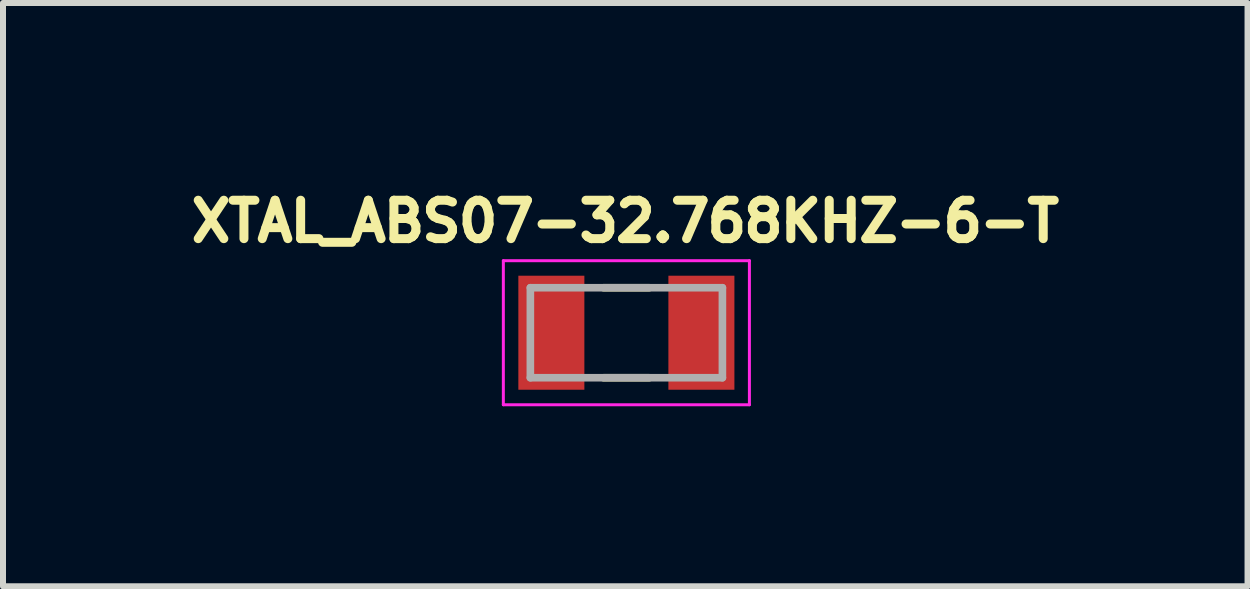
<source format=kicad_pcb>
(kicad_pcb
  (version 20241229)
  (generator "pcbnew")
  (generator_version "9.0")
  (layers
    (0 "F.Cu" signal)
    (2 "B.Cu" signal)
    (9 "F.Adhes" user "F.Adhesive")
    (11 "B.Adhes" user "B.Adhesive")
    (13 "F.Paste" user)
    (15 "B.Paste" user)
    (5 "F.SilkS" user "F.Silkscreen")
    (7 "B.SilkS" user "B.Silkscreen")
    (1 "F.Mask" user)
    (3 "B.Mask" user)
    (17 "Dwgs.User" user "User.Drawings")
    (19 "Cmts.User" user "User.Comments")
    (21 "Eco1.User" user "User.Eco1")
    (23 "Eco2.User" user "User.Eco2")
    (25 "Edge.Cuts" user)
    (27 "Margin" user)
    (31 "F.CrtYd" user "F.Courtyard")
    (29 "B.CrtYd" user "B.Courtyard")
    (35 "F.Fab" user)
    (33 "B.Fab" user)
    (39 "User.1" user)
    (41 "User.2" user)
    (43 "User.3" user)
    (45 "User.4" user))
  (footprint "XTAL_ABS07-32.768KHZ-6-T"
    (layer "F.Cu")
    (at 7.387 2.494)
    (property "Reference" "XTAL_ABS07-32.768KHZ-6-T" (at -0.018 -1.856 0) (layer "F.SilkS") (effects (font (size 0.64 0.64) (thickness 0.15))))
    (attr smd)
    (fp_line (start -0.38 -0.75) (end 0.38 -0.75) (stroke (width 0.127) (type solid)) (layer "F.SilkS"))
    (fp_line (start -0.38 0.75) (end 0.38 0.75) (stroke (width 0.127) (type solid)) (layer "F.SilkS"))
    (fp_line (start -2.05 -1.2) (end -2.05 1.2) (stroke (width 0.05) (type solid)) (layer "F.CrtYd"))
    (fp_line (start -2.05 1.2) (end 2.05 1.2) (stroke (width 0.05) (type solid)) (layer "F.CrtYd"))
    (fp_line (start 2.05 -1.2) (end -2.05 -1.2) (stroke (width 0.05) (type solid)) (layer "F.CrtYd"))
    (fp_line (start 2.05 1.2) (end 2.05 -1.2) (stroke (width 0.05) (type solid)) (layer "F.CrtYd"))
    (fp_line (start -1.6 -0.75) (end -1.6 0.75) (stroke (width 0.127) (type solid)) (layer "F.Fab"))
    (fp_line (start -1.6 -0.75) (end 1.6 -0.75) (stroke (width 0.127) (type solid)) (layer "F.Fab"))
    (fp_line (start -1.6 0.75) (end 1.6 0.75) (stroke (width 0.127) (type solid)) (layer "F.Fab"))
    (fp_line (start 1.6 -0.75) (end 1.6 0.75) (stroke (width 0.127) (type solid)) (layer "F.Fab"))
    (pad "1" smd rect (at -1.25 0) (size 1.1 1.9) (layers "F.Cu" "F.Mask" "F.Paste"))
    (pad "2" smd rect (at 1.25 0) (size 1.1 1.9) (layers "F.Cu" "F.Mask" "F.Paste")))
  (gr_rect
    (start -3 -3)
    (end 17.737 6.719)
    (stroke (width 0.1) (type default))
    (fill no)
    (layer "Edge.Cuts")))
</source>
